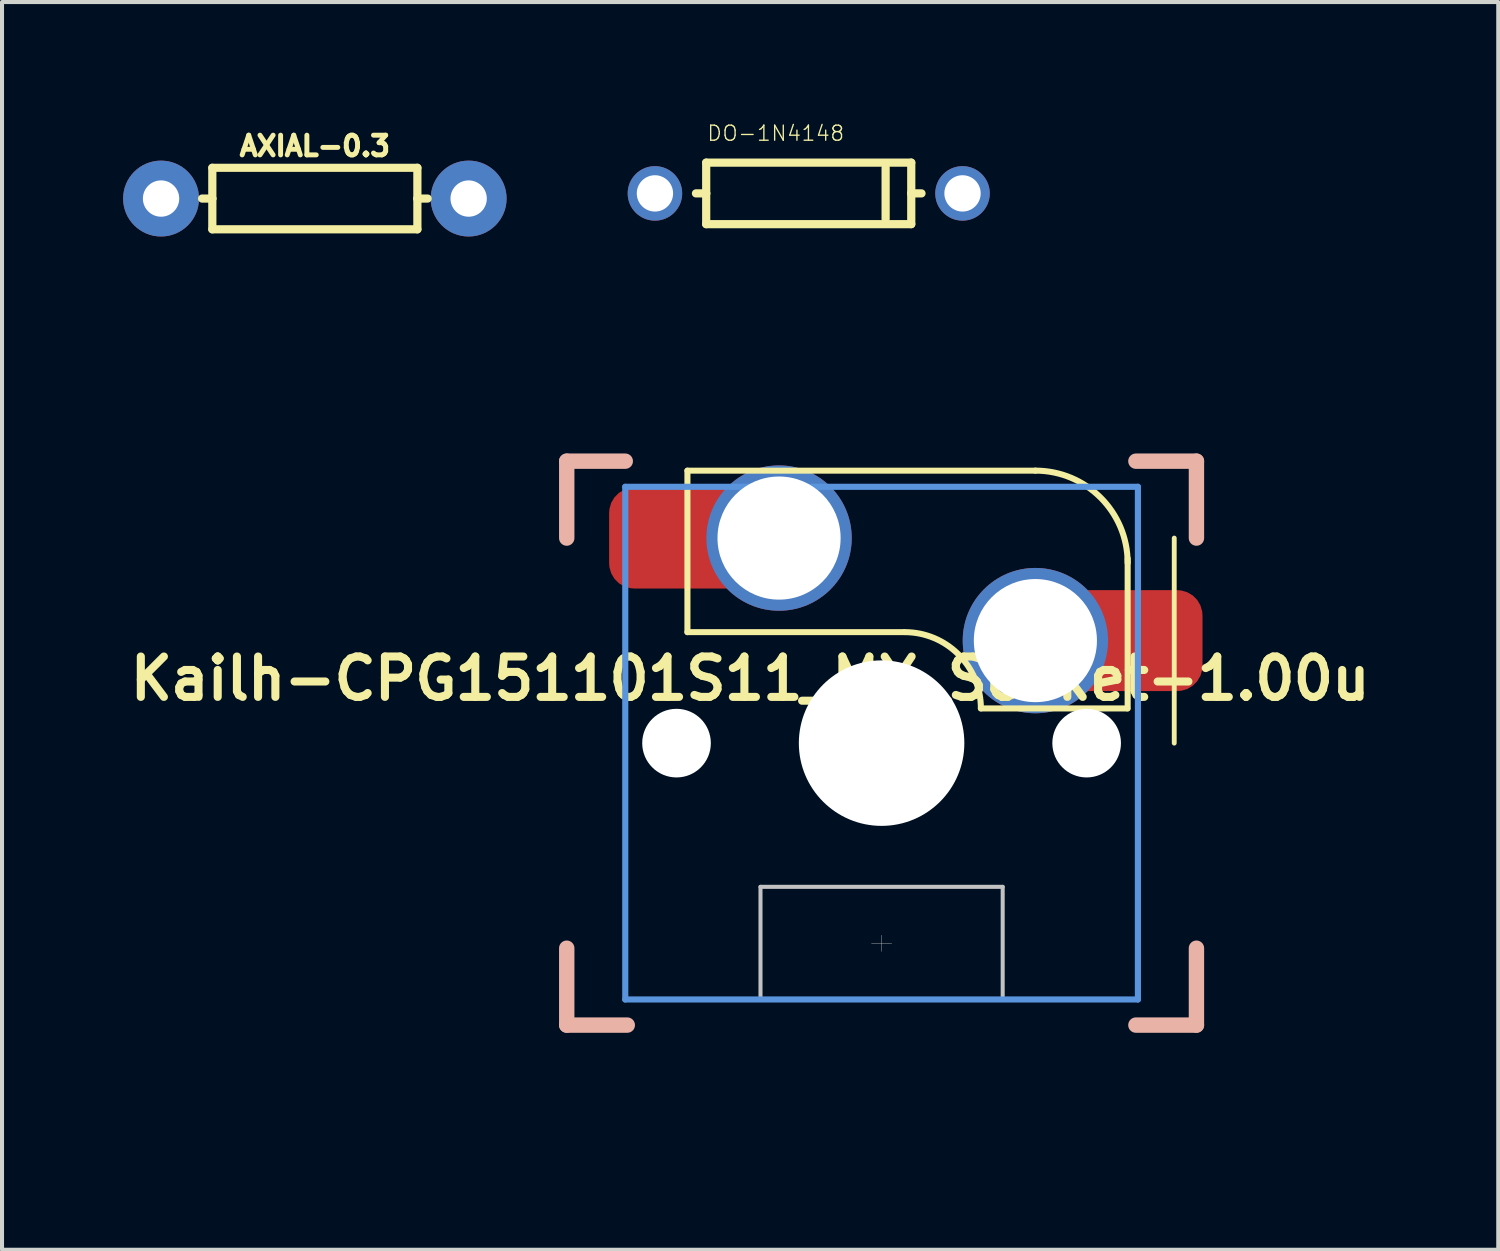
<source format=kicad_pcb>
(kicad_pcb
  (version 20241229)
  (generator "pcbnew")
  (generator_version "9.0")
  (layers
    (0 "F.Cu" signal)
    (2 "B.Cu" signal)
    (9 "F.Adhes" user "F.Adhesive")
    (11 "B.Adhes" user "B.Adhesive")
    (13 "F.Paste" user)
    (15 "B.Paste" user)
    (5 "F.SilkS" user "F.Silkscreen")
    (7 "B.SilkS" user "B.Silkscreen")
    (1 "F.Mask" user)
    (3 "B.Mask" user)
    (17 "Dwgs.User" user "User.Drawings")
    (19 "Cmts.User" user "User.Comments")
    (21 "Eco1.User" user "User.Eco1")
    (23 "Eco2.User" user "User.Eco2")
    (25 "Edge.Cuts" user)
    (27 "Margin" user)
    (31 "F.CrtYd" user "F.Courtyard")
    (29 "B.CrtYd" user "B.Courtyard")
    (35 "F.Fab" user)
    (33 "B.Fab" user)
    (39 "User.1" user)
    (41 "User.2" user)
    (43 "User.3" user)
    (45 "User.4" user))
  (footprint "DO-1N4148"
    (layer "F.Cu")
    (at 16.985 1.741)
    (property "Reference" "DO-1N4148" (at -2.54 -1.27 0) (layer "F.SilkS") (effects (font (size 0.374 0.374) (thickness 0.033)) (justify left bottom)))
    (fp_line (start -2.54 -0.762) (end 2.54 -0.762) (stroke (width 0.203) (type solid)) (layer "F.SilkS"))
    (fp_line (start -2.54 0) (end -2.794 0) (stroke (width 0.203) (type solid)) (layer "F.SilkS"))
    (fp_line (start -2.54 0) (end -2.54 -0.762) (stroke (width 0.203) (type solid)) (layer "F.SilkS"))
    (fp_line (start -2.54 0.762) (end -2.54 0) (stroke (width 0.203) (type solid)) (layer "F.SilkS"))
    (fp_line (start 1.905 -0.635) (end 1.905 0.635) (stroke (width 0.203) (type solid)) (layer "F.SilkS"))
    (fp_line (start 2.54 -0.762) (end 2.54 0) (stroke (width 0.203) (type solid)) (layer "F.SilkS"))
    (fp_line (start 2.54 0) (end 2.54 0.762) (stroke (width 0.203) (type solid)) (layer "F.SilkS"))
    (fp_line (start 2.54 0) (end 2.794 0) (stroke (width 0.203) (type solid)) (layer "F.SilkS"))
    (fp_line (start 2.54 0.762) (end -2.54 0.762) (stroke (width 0.203) (type solid)) (layer "F.SilkS"))
    (pad "A" thru_hole circle (at -3.81 0) (size 1.35 1.35) (drill 0.9) (layers "*.Cu" "*.Mask"))
    (pad "C" thru_hole circle (at 3.81 0) (size 1.35 1.35) (drill 0.9) (layers "*.Cu" "*.Mask")))
  (footprint "AXIAL-0.3"
    (layer "F.Cu")
    (at 4.75 1.869)
    (property "Reference" "AXIAL-0.3" (at 0 -1.016 0) (layer "F.SilkS") (effects (font (size 0.488 0.488) (thickness 0.122)) (justify bottom)))
    (fp_line (start -2.54 -0.762) (end 2.54 -0.762) (stroke (width 0.203) (type solid)) (layer "F.SilkS"))
    (fp_line (start -2.54 0) (end -2.794 0) (stroke (width 0.203) (type solid)) (layer "F.SilkS"))
    (fp_line (start -2.54 0) (end -2.54 -0.762) (stroke (width 0.203) (type solid)) (layer "F.SilkS"))
    (fp_line (start -2.54 0.762) (end -2.54 0) (stroke (width 0.203) (type solid)) (layer "F.SilkS"))
    (fp_line (start 2.54 -0.762) (end 2.54 0) (stroke (width 0.203) (type solid)) (layer "F.SilkS"))
    (fp_line (start 2.54 0) (end 2.54 0.762) (stroke (width 0.203) (type solid)) (layer "F.SilkS"))
    (fp_line (start 2.54 0) (end 2.794 0) (stroke (width 0.203) (type solid)) (layer "F.SilkS"))
    (fp_line (start 2.54 0.762) (end -2.54 0.762) (stroke (width 0.203) (type solid)) (layer "F.SilkS"))
    (pad "P$1" thru_hole circle (at -3.81 0) (size 1.88 1.88) (drill 0.9) (layers "*.Cu" "*.Mask"))
    (pad "P$2" thru_hole circle (at 3.81 0) (size 1.88 1.88) (drill 0.9) (layers "*.Cu" "*.Mask")))
  (footprint "Kailh-CPG151101S11_MX_Socket-1.00u"
    (layer "F.Cu")
    (at 18.79 15.36)
    (property "Reference" "Kailh-CPG151101S11_MX_Socket-1.00u" (at -3.256 -1.598 0) (layer "F.SilkS") (effects (font (size 1 1) (thickness 0.2))))
    (attr smd)
    (fp_line (start -4.81 -6.75) (end -4.81 -2.75) (stroke (width 0.15) (type solid)) (layer "F.SilkS"))
    (fp_line (start -4.81 -6.75) (end 3.81 -6.75) (stroke (width 0.15) (type solid)) (layer "F.SilkS"))
    (fp_line (start -4.81 -2.75) (end 0.55 -2.75) (stroke (width 0.15) (type solid)) (layer "F.SilkS"))
    (fp_line (start 6.088 -0.86) (end 2.46 -0.86) (stroke (width 0.15) (type solid)) (layer "F.SilkS"))
    (fp_line (start 6.096 -4.572) (end 6.096 -0.86) (stroke (width 0.15) (type solid)) (layer "F.SilkS"))
    (fp_line (start 7.25 -5.08) (end 7.25 0) (stroke (width 0.12) (type solid)) (layer "F.SilkS"))
    (fp_arc (start 0.57 -2.75) (mid 1.906432 -2.196432) (end 2.46 -0.86) (stroke (width 0.15) (type solid)) (layer "F.SilkS"))
    (fp_arc (start 3.81 -6.751) (mid 5.426446 -6.081446) (end 6.096 -4.465) (stroke (width 0.15) (type solid)) (layer "F.SilkS"))
    (fp_line (start -7.8 -6.985) (end -6.35 -6.985) (stroke (width 0.381) (type solid)) (layer "B.SilkS"))
    (fp_line (start -7.8 -5.08) (end -7.8 -6.985) (stroke (width 0.381) (type solid)) (layer "B.SilkS"))
    (fp_line (start -7.8 6.985) (end -7.8 5.08) (stroke (width 0.381) (type solid)) (layer "B.SilkS"))
    (fp_line (start -6.3 6.985) (end -7.8 6.985) (stroke (width 0.381) (type solid)) (layer "B.SilkS"))
    (fp_line (start 6.3 -6.985) (end 7.8 -6.985) (stroke (width 0.381) (type solid)) (layer "B.SilkS"))
    (fp_line (start 7.8 -6.985) (end 7.8 -5.08) (stroke (width 0.381) (type solid)) (layer "B.SilkS"))
    (fp_line (start 7.8 5.08) (end 7.8 6.985) (stroke (width 0.381) (type solid)) (layer "B.SilkS"))
    (fp_line (start 7.8 6.985) (end 6.3 6.985) (stroke (width 0.381) (type solid)) (layer "B.SilkS"))
    (fp_line (start -9.55 0) (end -9.5 -0.1) (stroke (width 0.001) (type solid)) (layer "Dwgs.User"))
    (fp_line (start -9.55 0) (end -9.5 0.1) (stroke (width 0.001) (type solid)) (layer "Dwgs.User"))
    (fp_line (start -9.5 -9.5) (end 9.5 -9.5) (stroke (width 0.001) (type solid)) (layer "Dwgs.User"))
    (fp_line (start -9.5 0) (end -9.55 0) (stroke (width 0.001) (type solid)) (layer "Dwgs.User"))
    (fp_line (start -9.5 9.5) (end -9.5 -9.5) (stroke (width 0.001) (type solid)) (layer "Dwgs.User"))
    (fp_line (start -3 3.56) (end -3 6.36) (stroke (width 0.1) (type solid)) (layer "Dwgs.User"))
    (fp_line (start -3 3.56) (end 3 3.56) (stroke (width 0.1) (type solid)) (layer "Dwgs.User"))
    (fp_line (start -0.25 4.96) (end 0.25 4.96) (stroke (width 0.01) (type solid)) (layer "Dwgs.User"))
    (fp_line (start 0 -9.55) (end -0.1 -9.5) (stroke (width 0.001) (type solid)) (layer "Dwgs.User"))
    (fp_line (start 0 -9.55) (end 0.1 -9.5) (stroke (width 0.001) (type solid)) (layer "Dwgs.User"))
    (fp_line (start 0 -9.5) (end 0 -9.55) (stroke (width 0.001) (type solid)) (layer "Dwgs.User"))
    (fp_line (start 0 5.16) (end 0 4.76) (stroke (width 0.01) (type solid)) (layer "Dwgs.User"))
    (fp_line (start 0 9.5) (end 0 9.55) (stroke (width 0.001) (type solid)) (layer "Dwgs.User"))
    (fp_line (start 0 9.55) (end -0.1 9.5) (stroke (width 0.001) (type solid)) (layer "Dwgs.User"))
    (fp_line (start 0 9.55) (end 0.1 9.5) (stroke (width 0.001) (type solid)) (layer "Dwgs.User"))
    (fp_line (start 3 3.56) (end 3 6.36) (stroke (width 0.1) (type solid)) (layer "Dwgs.User"))
    (fp_line (start 3 6.36) (end -3 6.36) (stroke (width 0.1) (type solid)) (layer "Dwgs.User"))
    (fp_line (start 9.5 -9.5) (end 9.5 9.5) (stroke (width 0.001) (type solid)) (layer "Dwgs.User"))
    (fp_line (start 9.5 0) (end 9.55 0) (stroke (width 0.001) (type solid)) (layer "Dwgs.User"))
    (fp_line (start 9.5 9.5) (end -9.5 9.5) (stroke (width 0.001) (type solid)) (layer "Dwgs.User"))
    (fp_line (start 9.55 0) (end 9.5 -0.1) (stroke (width 0.001) (type solid)) (layer "Dwgs.User"))
    (fp_line (start 9.55 0) (end 9.5 0.1) (stroke (width 0.001) (type solid)) (layer "Dwgs.User"))
    (fp_line (start -6.35 -6.35) (end 6.35 -6.35) (stroke (width 0.152) (type solid)) (layer "Cmts.User"))
    (fp_line (start -6.35 6.35) (end -6.35 -6.35) (stroke (width 0.152) (type solid)) (layer "Cmts.User"))
    (fp_line (start 0 1) (end 0 -1) (stroke (width 0.001) (type solid)) (layer "Cmts.User"))
    (fp_line (start 1 0) (end -1 0) (stroke (width 0.001) (type solid)) (layer "Cmts.User"))
    (fp_line (start 6.35 -6.35) (end 6.35 6.35) (stroke (width 0.152) (type solid)) (layer "Cmts.User"))
    (fp_line (start 6.35 6.35) (end -6.35 6.35) (stroke (width 0.152) (type solid)) (layer "Cmts.User"))
    (fp_line (start -7.8 -6.985) (end 7.8 -6.985) (stroke (width 0.152) (type solid)) (layer "Eco1.User"))
    (fp_line (start -7.8 6.985) (end -7.8 -6.985) (stroke (width 0.152) (type solid)) (layer "Eco1.User"))
    (fp_line (start 7.8 -6.985) (end 7.8 6.985) (stroke (width 0.152) (type solid)) (layer "Eco1.User"))
    (fp_line (start 7.8 6.985) (end -7.8 6.985) (stroke (width 0.152) (type solid)) (layer "Eco1.User"))
    (fp_line (start -7 -7) (end 7 -7) (stroke (width 0.01) (type solid)) (layer "Eco2.User"))
    (fp_line (start -7 7) (end -7 -7) (stroke (width 0.01) (type solid)) (layer "Eco2.User"))
    (fp_line (start 7 -7) (end 7 7) (stroke (width 0.01) (type solid)) (layer "Eco2.User"))
    (fp_line (start 7 7) (end -7 7) (stroke (width 0.01) (type solid)) (layer "Eco2.User"))
    (pad "" np_thru_hole circle (at -5.08 0) (size 1.7 1.7) (drill 1.7) (layers "*.Cu" "*.Mask"))
    (pad "" np_thru_hole circle (at 0 0) (size 4.1 4.1) (drill 4.1) (layers "*.Cu" "*.Mask"))
    (pad "" np_thru_hole circle (at 5.08 0) (size 1.7 1.7) (drill 1.7) (layers "*.Cu" "*.Mask"))
    (pad "1" thru_hole circle (at -2.54 -5.08) (size 3.6 3.6) (drill 3.05) (layers "*.Cu" "*.Mask"))
    (pad "2" thru_hole circle (at 3.81 -2.54) (size 3.6 3.6) (drill 3.05) (layers "*.Cu" "*.Mask"))
    (pad "S1" smd roundrect (at -5 -5.08) (size 3.5 2.5) (layers "F.Cu" "F.Mask" "F.Paste") (roundrect_rratio 0.25))
    (pad "S2" smd roundrect (at 6.2 -2.54) (size 3.5 2.5) (layers "F.Cu" "F.Mask" "F.Paste") (roundrect_rratio 0.25)))
  (gr_rect
    (start -3 -3)
    (end 34.067 27.91)
    (stroke (width 0.1) (type default))
    (fill no)
    (layer "Edge.Cuts")))
</source>
